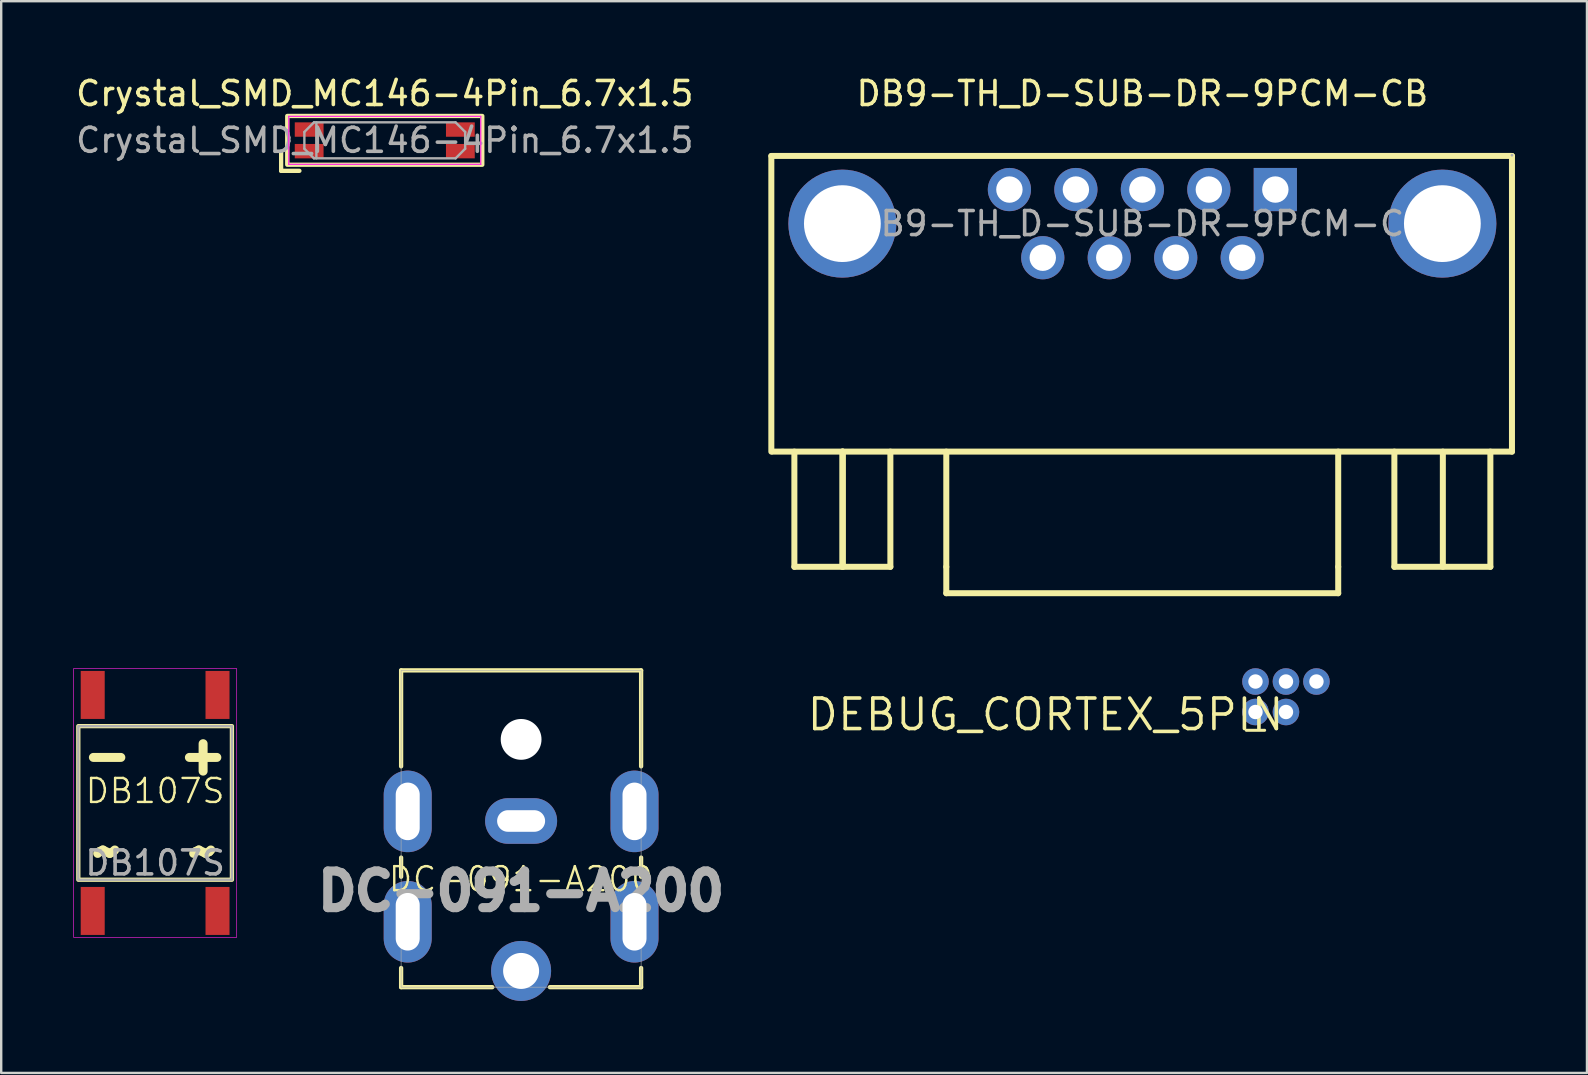
<source format=kicad_pcb>
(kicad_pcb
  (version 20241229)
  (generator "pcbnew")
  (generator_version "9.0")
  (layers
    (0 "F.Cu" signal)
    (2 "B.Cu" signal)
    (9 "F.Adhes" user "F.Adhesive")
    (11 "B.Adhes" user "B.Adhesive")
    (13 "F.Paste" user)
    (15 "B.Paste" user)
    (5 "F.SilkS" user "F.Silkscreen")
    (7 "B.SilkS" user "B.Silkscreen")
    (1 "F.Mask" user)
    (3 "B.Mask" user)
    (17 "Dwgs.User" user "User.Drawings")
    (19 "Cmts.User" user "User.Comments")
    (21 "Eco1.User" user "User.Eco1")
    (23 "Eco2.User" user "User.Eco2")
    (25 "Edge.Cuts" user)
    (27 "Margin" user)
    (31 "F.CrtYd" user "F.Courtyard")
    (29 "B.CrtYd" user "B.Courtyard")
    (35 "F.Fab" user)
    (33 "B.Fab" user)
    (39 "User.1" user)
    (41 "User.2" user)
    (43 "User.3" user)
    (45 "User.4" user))
  (footprint "DB107S"
    (layer "F.Cu")
    (at 3.413 30.406)
    (property "Reference" "DB107S" (at 0 -0.5 0) (unlocked yes) (layer "F.SilkS") (effects (font (size 1 1) (thickness 0.1))))
    (attr smd)
    (fp_rect (start -3.2 -3.2) (end 3.2 3.2) (stroke (width 0.178) (type solid)) (fill no) (layer "F.SilkS"))
    (fp_rect (start -3.4 -5.6) (end 3.4 5.6) (stroke (width 0.025) (type solid)) (fill no) (layer "F.CrtYd"))
    (fp_rect (start -3.2 -3.2) (end 3.2 3.2) (stroke (width 0.1) (type default)) (fill no) (layer "F.Fab"))
    (fp_text user "~" (at 2 2 0) (unlocked yes) (layer "F.SilkS") (effects (font (size 1.5 1.5) (thickness 0.375) (bold yes))))
    (fp_text user "-" (at -2 -2 0) (unlocked yes) (layer "F.SilkS") (effects (font (size 1.5 1.5) (thickness 0.375) (bold yes))))
    (fp_text user "~" (at -2 2 0) (unlocked yes) (layer "F.SilkS") (effects (font (size 1.5 1.5) (thickness 0.375) (bold yes))))
    (fp_text user "+" (at 2 -2 0) (unlocked yes) (layer "F.SilkS") (effects (font (size 1.5 1.5) (thickness 0.375) (bold yes))))
    (fp_text user "${REFERENCE}" (at 0 2.5 0) (unlocked yes) (layer "F.Fab") (effects (font (size 1 1) (thickness 0.15))))
    (pad "1" smd rect (at 2.6 -4.5) (size 1 2) (layers "F.Cu" "F.Mask" "F.Paste"))
    (pad "2" smd rect (at -2.6 -4.5) (size 1 2) (layers "F.Cu" "F.Mask" "F.Paste"))
    (pad "3" smd rect (at -2.6 4.5) (size 1 2) (layers "F.Cu" "F.Mask" "F.Paste"))
    (pad "4" smd rect (at 2.6 4.5) (size 1 2) (layers "F.Cu" "F.Mask" "F.Paste")))
  (footprint "Crystal_SMD_MC146-4Pin_6.7x1.5"
    (layer "F.Cu")
    (at 12.982 2.798)
    (property "Reference" "Crystal_SMD_MC146-4Pin_6.7x1.5" (at 0 -1.95 0) (layer "F.SilkS") (effects (font (size 1 1) (thickness 0.15))))
    (attr smd)
    (fp_line (start -4.318 0.508) (end -4.318 1.27) (stroke (width 0.178) (type solid)) (layer "F.SilkS"))
    (fp_line (start -4.318 1.27) (end -3.556 1.27) (stroke (width 0.178) (type solid)) (layer "F.SilkS"))
    (fp_rect (start -4.064 -1.016) (end 4.064 1.016) (stroke (width 0.178) (type solid)) (fill no) (layer "F.SilkS"))
    (fp_line (start -4 -1) (end -4 1) (stroke (width 0.05) (type solid)) (layer "F.CrtYd"))
    (fp_line (start -4 1) (end 4 1) (stroke (width 0.05) (type solid)) (layer "F.CrtYd"))
    (fp_line (start 4 -1) (end -4 -1) (stroke (width 0.05) (type solid)) (layer "F.CrtYd"))
    (fp_line (start 4 1) (end 4 -1) (stroke (width 0.05) (type solid)) (layer "F.CrtYd"))
    (fp_line (start -3.35 -0.35) (end -2.95 -0.75) (stroke (width 0.1) (type solid)) (layer "F.Fab"))
    (fp_line (start -3.35 0.35) (end -3.35 -0.35) (stroke (width 0.1) (type solid)) (layer "F.Fab"))
    (fp_line (start -2.95 -0.75) (end 2.95 -0.75) (stroke (width 0.1) (type solid)) (layer "F.Fab"))
    (fp_line (start -2.95 0.75) (end -3.35 0.35) (stroke (width 0.1) (type solid)) (layer "F.Fab"))
    (fp_line (start -2.85 -0.75) (end -2.85 0.75) (stroke (width 0.1) (type solid)) (layer "F.Fab"))
    (fp_line (start 2.95 -0.75) (end 3.35 -0.35) (stroke (width 0.1) (type solid)) (layer "F.Fab"))
    (fp_line (start 2.95 0.75) (end -2.95 0.75) (stroke (width 0.1) (type solid)) (layer "F.Fab"))
    (fp_line (start 3.35 -0.35) (end 3.35 0.35) (stroke (width 0.1) (type solid)) (layer "F.Fab"))
    (fp_line (start 3.35 0.35) (end 2.95 0.75) (stroke (width 0.1) (type solid)) (layer "F.Fab"))
    (fp_text user "${REFERENCE}" (at 0 0 0) (layer "F.Fab") (effects (font (size 1 1) (thickness 0.15))))
    (pad "1" smd rect (at -3.15 0.45) (size 1.2 0.6) (layers "F.Cu" "F.Mask" "F.Paste"))
    (pad "2" smd rect (at 3.15 0.45) (size 1.2 0.6) (layers "F.Cu" "F.Mask" "F.Paste"))
    (pad "3" smd rect (at 3.15 -0.45) (size 1.2 0.6) (layers "F.Cu" "F.Mask" "F.Paste"))
    (pad "4" smd rect (at -3.15 -0.45) (size 1.2 0.6) (layers "F.Cu" "F.Mask" "F.Paste")))
  (footprint "DEBUG_CORTEX_5PIN"
    (layer "F.Cu")
    (at 50.532 25.982)
    (property "Reference" "DEBUG_CORTEX_5PIN" (at 0 0 0) (unlocked yes) (layer "F.SilkS") (effects (font (size 1.27 1.27) (thickness 0.15)) (justify right top)))
    (attr through_hole)
    (fp_line (start -1.651 1.397) (end -0.889 1.397) (stroke (width 0.127) (type solid)) (layer "F.SilkS"))
    (pad "1" thru_hole circle (at -1.27 0.635) (size 1.108 1.108) (drill 0.6) (layers "*.Cu" "*.Mask"))
    (pad "2" thru_hole circle (at -1.27 -0.635) (size 1.108 1.108) (drill 0.6) (layers "*.Cu" "*.Mask"))
    (pad "3" thru_hole circle (at 0 0.635) (size 1.108 1.108) (drill 0.6) (layers "*.Cu" "*.Mask"))
    (pad "4" thru_hole circle (at 0 -0.635) (size 1.108 1.108) (drill 0.6) (layers "*.Cu" "*.Mask"))
    (pad "6" thru_hole circle (at 1.27 -0.635) (size 1.108 1.108) (drill 0.6) (layers "*.Cu" "*.Mask")))
  (footprint "DB9-TH_D-SUB-DR-9PCM-CB"
    (layer "F.Cu")
    (at 44.549 6.268)
    (property "Reference" "DB9-TH_D-SUB-DR-9PCM-CB" (at 0 -5.42 0) (layer "F.SilkS") (effects (font (size 1 1) (thickness 0.15))))
    (attr through_hole)
    (fp_line (start -15.46 -2.82) (end 15.4 -2.82) (stroke (width 0.25) (type solid)) (layer "F.SilkS"))
    (fp_line (start -15.46 9.5) (end -15.46 -2.82) (stroke (width 0.25) (type solid)) (layer "F.SilkS"))
    (fp_line (start -14.5 14.3) (end -14.5 9.5) (stroke (width 0.25) (type solid)) (layer "F.SilkS"))
    (fp_line (start -14.5 14.3) (end -10.5 14.3) (stroke (width 0.25) (type solid)) (layer "F.SilkS"))
    (fp_line (start -12.5 9.5) (end -12.5 14.3) (stroke (width 0.25) (type solid)) (layer "F.SilkS"))
    (fp_line (start -12.48 9.5) (end -12.5 9.5) (stroke (width 0.25) (type solid)) (layer "F.SilkS"))
    (fp_line (start -12.48 9.5) (end -12.48 14.3) (stroke (width 0.25) (type solid)) (layer "F.SilkS"))
    (fp_line (start -10.5 14.3) (end -10.5 9.5) (stroke (width 0.25) (type solid)) (layer "F.SilkS"))
    (fp_line (start -8.17 14.3) (end -8.17 9.5) (stroke (width 0.25) (type solid)) (layer "F.SilkS"))
    (fp_line (start -8.17 14.3) (end -8.17 15.4) (stroke (width 0.25) (type solid)) (layer "F.SilkS"))
    (fp_line (start -8.17 15.4) (end 8.16 15.4) (stroke (width 0.25) (type solid)) (layer "F.SilkS"))
    (fp_line (start 8.16 14.3) (end 8.16 9.5) (stroke (width 0.25) (type solid)) (layer "F.SilkS"))
    (fp_line (start 8.16 14.3) (end 8.16 15.4) (stroke (width 0.25) (type solid)) (layer "F.SilkS"))
    (fp_line (start 10.5 14.3) (end 10.5 9.5) (stroke (width 0.25) (type solid)) (layer "F.SilkS"))
    (fp_line (start 10.5 14.3) (end 14.5 14.3) (stroke (width 0.25) (type solid)) (layer "F.SilkS"))
    (fp_line (start 12.52 9.5) (end 12.52 14.3) (stroke (width 0.25) (type solid)) (layer "F.SilkS"))
    (fp_line (start 14.5 14.3) (end 14.5 9.5) (stroke (width 0.25) (type solid)) (layer "F.SilkS"))
    (fp_line (start 15.4 -2.82) (end 15.4 9.5) (stroke (width 0.25) (type solid)) (layer "F.SilkS"))
    (fp_line (start 15.4 9.5) (end -15.41 9.5) (stroke (width 0.25) (type solid)) (layer "F.SilkS"))
    (fp_circle (center 15.4 -2.85) (end 15.43 -2.85) (stroke (width 0.06) (type solid)) (fill no) (layer "F.Fab"))
    (fp_text user "${REFERENCE}" (at 0 0 0) (layer "F.Fab") (effects (font (size 1 1) (thickness 0.15))))
    (pad "1" thru_hole rect (at 5.54 -1.42) (size 1.8 1.8) (drill 1.1) (layers "*.Cu" "*.Mask"))
    (pad "2" thru_hole circle (at 2.77 -1.42) (size 1.8 1.8) (drill 1.1) (layers "*.Cu" "*.Mask"))
    (pad "3" thru_hole circle (at 0 -1.42) (size 1.8 1.8) (drill 1.1) (layers "*.Cu" "*.Mask"))
    (pad "4" thru_hole circle (at -2.77 -1.42) (size 1.8 1.8) (drill 1.1) (layers "*.Cu" "*.Mask"))
    (pad "5" thru_hole circle (at -5.54 -1.42) (size 1.8 1.8) (drill 1.1) (layers "*.Cu" "*.Mask"))
    (pad "6" thru_hole circle (at 4.16 1.42) (size 1.8 1.8) (drill 1.1) (layers "*.Cu" "*.Mask"))
    (pad "7" thru_hole circle (at 1.39 1.42) (size 1.8 1.8) (drill 1.1) (layers "*.Cu" "*.Mask"))
    (pad "8" thru_hole circle (at -1.38 1.42) (size 1.8 1.8) (drill 1.1) (layers "*.Cu" "*.Mask"))
    (pad "9" thru_hole circle (at -4.15 1.42) (size 1.8 1.8) (drill 1.1) (layers "*.Cu" "*.Mask"))
    (pad "SH" thru_hole circle (at -12.5 0) (size 4.5 4.5) (drill 3.2) (layers "*.Cu" "*.Mask"))
    (pad "SH" thru_hole circle (at 12.5 0) (size 4.5 4.5) (drill 3.2) (layers "*.Cu" "*.Mask")))
  (footprint "DC-091-A200"
    (layer "F.Cu")
    (at 18.663 34.082)
    (property "Reference" "DC-091-A200" (at 0 -0.5 0) (unlocked yes) (layer "F.SilkS") (effects (font (size 1 1) (thickness 0.1))))
    (attr through_hole)
    (fp_line (start -5 -9.2) (end -5 -5.2) (stroke (width 0.178) (type solid)) (layer "F.SilkS"))
    (fp_line (start -5 -9.2) (end 5 -9.2) (stroke (width 0.178) (type solid)) (layer "F.SilkS"))
    (fp_line (start -5 -1.4) (end -5 -0.6) (stroke (width 0.178) (type solid)) (layer "F.SilkS"))
    (fp_line (start -5 3.2) (end -5 4) (stroke (width 0.178) (type solid)) (layer "F.SilkS"))
    (fp_line (start -5 4) (end -1.2 4) (stroke (width 0.178) (type solid)) (layer "F.SilkS"))
    (fp_line (start 1.2 4) (end 5 4) (stroke (width 0.178) (type solid)) (layer "F.SilkS"))
    (fp_line (start 5 -9.2) (end 5 -5.2) (stroke (width 0.178) (type solid)) (layer "F.SilkS"))
    (fp_line (start 5 -1.4) (end 5 -0.6) (stroke (width 0.178) (type solid)) (layer "F.SilkS"))
    (fp_line (start 5 3.2) (end 5 4) (stroke (width 0.178) (type solid)) (layer "F.SilkS"))
    (fp_rect (start -5 -9.2) (end 5 4) (stroke (width 0.025) (type solid)) (fill no) (layer "F.Fab"))
    (fp_text user "${REFERENCE}" (at 0 0 0) (unlocked yes) (layer "F.Fab") (effects (font (size 1.524 1.524) (thickness 0.381) (bold yes))))
    (pad "" np_thru_hole circle (at 0 -6.324) (size 1.7 1.7) (drill 1.7) (layers "*.Cu" "*.Mask"))
    (pad "1" thru_hole circle (at 0 3.324) (size 2.5 2.5) (drill 1.5) (layers "*.Cu" "*.Mask"))
    (pad "2" thru_hole oval (at 0 -2.924) (size 3 1.9) (drill oval 2 0.9) (layers "*.Cu" "*.Mask"))
    (pad "SH" thru_hole oval (at -4.725 -3.324) (size 2 3.4) (drill oval 1 2.4) (layers "*.Cu" "*.Mask"))
    (pad "SH" thru_hole oval (at -4.725 1.275) (size 2 3.4) (drill oval 1 2.4) (layers "*.Cu" "*.Mask"))
    (pad "SH" thru_hole oval (at 4.725 -3.324) (size 2 3.4) (drill oval 1 2.4) (layers "*.Cu" "*.Mask"))
    (pad "SH" thru_hole oval (at 4.725 1.275) (size 2 3.4) (drill oval 1 2.4) (layers "*.Cu" "*.Mask")))
  (gr_rect
    (start -3 -3)
    (end 63.074 41.656)
    (stroke (width 0.1) (type default))
    (fill no)
    (layer "Edge.Cuts")))
</source>
